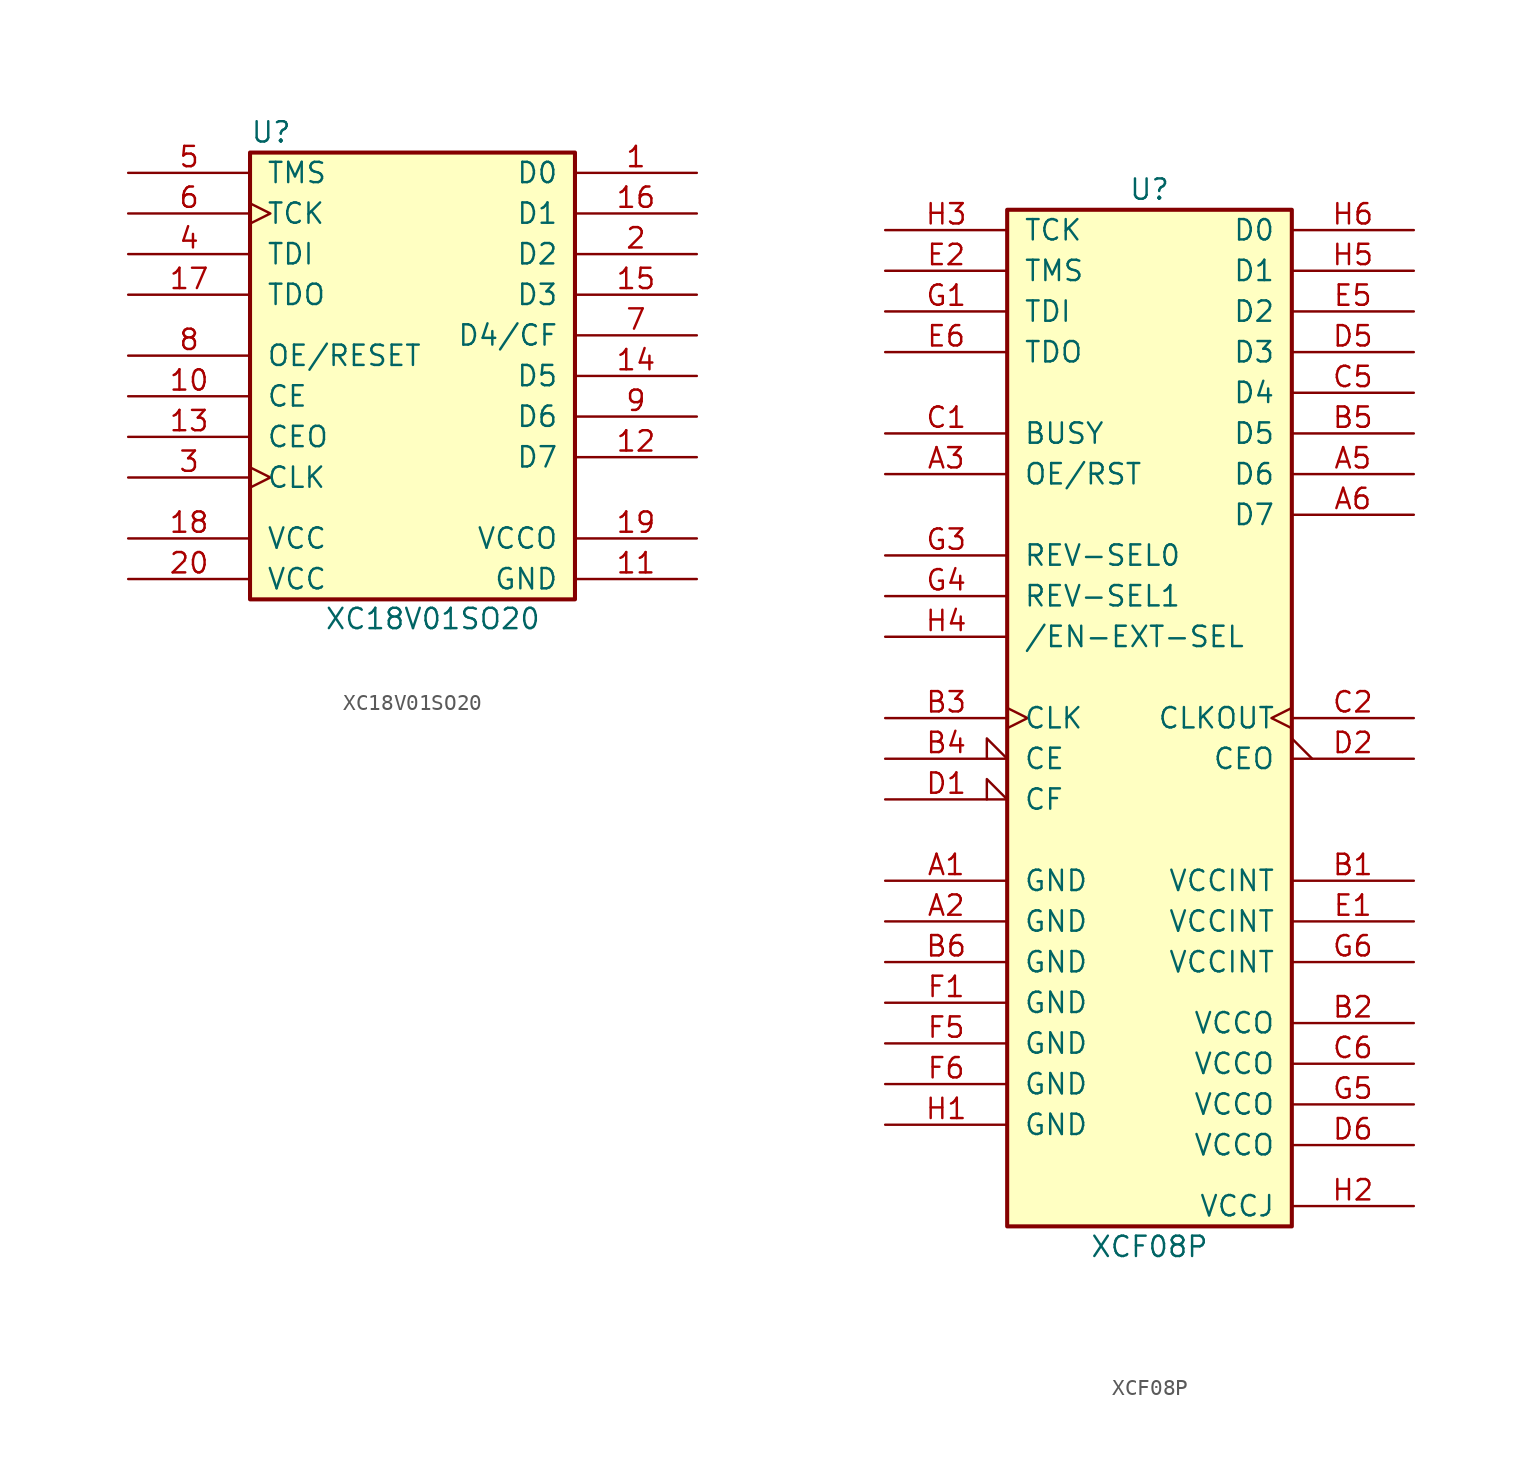
<source format=kicad_sym>
(kicad_symbol_lib
  (version 20201005)
  (generator kicad_symbol_editor)
  (symbol "XC18V01SO20"
    (pin_names
      (offset 1.016))
    (property "Reference" "U"
      (at -8.839 15.24 0)
      (effects (font (size 1.27 1.27))))
    (property "Value" "XC18V01SO20"
      (at 1.27 -15.189 0)
      (effects (font (size 1.27 1.27))))
    (symbol "XC18V01SO20_0_1"
      (rectangle (start -10.16 12.7) (end -10.16 12.7) (stroke (width 0)) (fill (type none)))
      (rectangle (start -10.16 13.97) (end 10.16 -13.97) (stroke (width 0.254)) (fill (type background))))
    (symbol "XC18V01SO20_1_1"
      (pin output line (at 17.78 12.7 180) (length 7.62) (name "D0" (effects (font (size 1.27 1.27)))) (number "1" (effects (font (size 1.27 1.27)))))
      (pin input line (at -17.78 -1.27 0) (length 7.62) (name "CE" (effects (font (size 1.27 1.27)))) (number "10" (effects (font (size 1.27 1.27)))))
      (pin power_in line (at 17.78 -12.7 180) (length 7.62) (name "GND" (effects (font (size 1.27 1.27)))) (number "11" (effects (font (size 1.27 1.27)))))
      (pin output line (at 17.78 -5.08 180) (length 7.62) (name "D7" (effects (font (size 1.27 1.27)))) (number "12" (effects (font (size 1.27 1.27)))))
      (pin output line (at -17.78 -3.81 0) (length 7.62) (name "CEO" (effects (font (size 1.27 1.27)))) (number "13" (effects (font (size 1.27 1.27)))))
      (pin output line (at 17.78 0 180) (length 7.62) (name "D5" (effects (font (size 1.27 1.27)))) (number "14" (effects (font (size 1.27 1.27)))))
      (pin output line (at 17.78 5.08 180) (length 7.62) (name "D3" (effects (font (size 1.27 1.27)))) (number "15" (effects (font (size 1.27 1.27)))))
      (pin output line (at 17.78 10.16 180) (length 7.62) (name "D1" (effects (font (size 1.27 1.27)))) (number "16" (effects (font (size 1.27 1.27)))))
      (pin open_collector line (at -17.78 5.08 0) (length 7.62) (name "TDO" (effects (font (size 1.27 1.27)))) (number "17" (effects (font (size 1.27 1.27)))))
      (pin power_in line (at -17.78 -10.16 0) (length 7.62) (name "VCC" (effects (font (size 1.27 1.27)))) (number "18" (effects (font (size 1.27 1.27)))))
      (pin power_in line (at 17.78 -10.16 180) (length 7.62) (name "VCCO" (effects (font (size 1.27 1.27)))) (number "19" (effects (font (size 1.27 1.27)))))
      (pin output line (at 17.78 7.62 180) (length 7.62) (name "D2" (effects (font (size 1.27 1.27)))) (number "2" (effects (font (size 1.27 1.27)))))
      (pin power_in line (at -17.78 -12.7 0) (length 7.62) (name "VCC" (effects (font (size 1.27 1.27)))) (number "20" (effects (font (size 1.27 1.27)))))
      (pin input clock (at -17.78 -6.35 0) (length 7.62) (name "CLK" (effects (font (size 1.27 1.27)))) (number "3" (effects (font (size 1.27 1.27)))))
      (pin input line (at -17.78 7.62 0) (length 7.62) (name "TDI" (effects (font (size 1.27 1.27)))) (number "4" (effects (font (size 1.27 1.27)))))
      (pin input line (at -17.78 12.7 0) (length 7.62) (name "TMS" (effects (font (size 1.27 1.27)))) (number "5" (effects (font (size 1.27 1.27)))))
      (pin input clock (at -17.78 10.16 0) (length 7.62) (name "TCK" (effects (font (size 1.27 1.27)))) (number "6" (effects (font (size 1.27 1.27)))))
      (pin open_collector line (at 17.78 2.54 180) (length 7.62) (name "D4/CF" (effects (font (size 1.27 1.27)))) (number "7" (effects (font (size 1.27 1.27)))))
      (pin input line (at -17.78 1.27 0) (length 7.62) (name "OE/RESET" (effects (font (size 1.27 1.27)))) (number "8" (effects (font (size 1.27 1.27)))))
      (pin output line (at 17.78 -2.54 180) (length 7.62) (name "D6" (effects (font (size 1.27 1.27)))) (number "9" (effects (font (size 1.27 1.27)))))))
  (symbol "XCF08P"
    (pin_names
      (offset 1.016))
    (property "Reference" "U"
      (at 0 33.02 0)
      (effects (font (size 1.27 1.27))))
    (property "Value" "XCF08P"
      (at 0 -33.02 0)
      (effects (font (size 1.27 1.27))))
    (symbol "XCF08P_0_1"
      (rectangle (start -8.89 31.75) (end 8.89 -31.75) (stroke (width 0.254)) (fill (type background))))
    (symbol "XCF08P_1_1"
      (pin power_in line (at -16.51 -10.16 0) (length 7.62) (name "GND" (effects (font (size 1.27 1.27)))) (number "A1" (effects (font (size 1.27 1.27)))))
      (pin power_in line (at -16.51 -12.7 0) (length 7.62) (name "GND" (effects (font (size 1.27 1.27)))) (number "A2" (effects (font (size 1.27 1.27)))))
      (pin input line (at -16.51 15.24 0) (length 7.62) (name "OE/RST" (effects (font (size 1.27 1.27)))) (number "A3" (effects (font (size 1.27 1.27)))))
      (pin tri_state line (at 16.51 15.24 180) (length 7.62) (name "D6" (effects (font (size 1.27 1.27)))) (number "A5" (effects (font (size 1.27 1.27)))))
      (pin tri_state line (at 16.51 12.7 180) (length 7.62) (name "D7" (effects (font (size 1.27 1.27)))) (number "A6" (effects (font (size 1.27 1.27)))))
      (pin power_in line (at 16.51 -10.16 180) (length 7.62) (name "VCCINT" (effects (font (size 1.27 1.27)))) (number "B1" (effects (font (size 1.27 1.27)))))
      (pin power_in line (at 16.51 -19.05 180) (length 7.62) (name "VCCO" (effects (font (size 1.27 1.27)))) (number "B2" (effects (font (size 1.27 1.27)))))
      (pin input clock (at -16.51 0 0) (length 7.62) (name "CLK" (effects (font (size 1.27 1.27)))) (number "B3" (effects (font (size 1.27 1.27)))))
      (pin input input_low (at -16.51 -2.54 0) (length 7.62) (name "CE" (effects (font (size 1.27 1.27)))) (number "B4" (effects (font (size 1.27 1.27)))))
      (pin tri_state line (at 16.51 17.78 180) (length 7.62) (name "D5" (effects (font (size 1.27 1.27)))) (number "B5" (effects (font (size 1.27 1.27)))))
      (pin power_in line (at -16.51 -15.24 0) (length 7.62) (name "GND" (effects (font (size 1.27 1.27)))) (number "B6" (effects (font (size 1.27 1.27)))))
      (pin input line (at -16.51 17.78 0) (length 7.62) (name "BUSY" (effects (font (size 1.27 1.27)))) (number "C1" (effects (font (size 1.27 1.27)))))
      (pin output clock (at 16.51 0 180) (length 7.62) (name "CLKOUT" (effects (font (size 1.27 1.27)))) (number "C2" (effects (font (size 1.27 1.27)))))
      (pin tri_state line (at 16.51 20.32 180) (length 7.62) (name "D4" (effects (font (size 1.27 1.27)))) (number "C5" (effects (font (size 1.27 1.27)))))
      (pin power_in line (at 16.51 -21.59 180) (length 7.62) (name "VCCO" (effects (font (size 1.27 1.27)))) (number "C6" (effects (font (size 1.27 1.27)))))
      (pin bidirectional input_low (at -16.51 -5.08 0) (length 7.62) (name "CF" (effects (font (size 1.27 1.27)))) (number "D1" (effects (font (size 1.27 1.27)))))
      (pin output output_low (at 16.51 -2.54 180) (length 7.62) (name "CEO" (effects (font (size 1.27 1.27)))) (number "D2" (effects (font (size 1.27 1.27)))))
      (pin tri_state line (at 16.51 22.86 180) (length 7.62) (name "D3" (effects (font (size 1.27 1.27)))) (number "D5" (effects (font (size 1.27 1.27)))))
      (pin power_in line (at 16.51 -26.67 180) (length 7.62) (name "VCCO" (effects (font (size 1.27 1.27)))) (number "D6" (effects (font (size 1.27 1.27)))))
      (pin power_in line (at 16.51 -12.7 180) (length 7.62) (name "VCCINT" (effects (font (size 1.27 1.27)))) (number "E1" (effects (font (size 1.27 1.27)))))
      (pin input line (at -16.51 27.94 0) (length 7.62) (name "TMS" (effects (font (size 1.27 1.27)))) (number "E2" (effects (font (size 1.27 1.27)))))
      (pin tri_state line (at 16.51 25.4 180) (length 7.62) (name "D2" (effects (font (size 1.27 1.27)))) (number "E5" (effects (font (size 1.27 1.27)))))
      (pin output line (at -16.51 22.86 0) (length 7.62) (name "TDO" (effects (font (size 1.27 1.27)))) (number "E6" (effects (font (size 1.27 1.27)))))
      (pin power_in line (at -16.51 -17.78 0) (length 7.62) (name "GND" (effects (font (size 1.27 1.27)))) (number "F1" (effects (font (size 1.27 1.27)))))
      (pin power_in line (at -16.51 -20.32 0) (length 7.62) (name "GND" (effects (font (size 1.27 1.27)))) (number "F5" (effects (font (size 1.27 1.27)))))
      (pin power_in line (at -16.51 -22.86 0) (length 7.62) (name "GND" (effects (font (size 1.27 1.27)))) (number "F6" (effects (font (size 1.27 1.27)))))
      (pin input line (at -16.51 25.4 0) (length 7.62) (name "TDI" (effects (font (size 1.27 1.27)))) (number "G1" (effects (font (size 1.27 1.27)))))
      (pin input line (at -16.51 10.16 0) (length 7.62) (name "REV-SEL0" (effects (font (size 1.27 1.27)))) (number "G3" (effects (font (size 1.27 1.27)))))
      (pin input line (at -16.51 7.62 0) (length 7.62) (name "REV-SEL1" (effects (font (size 1.27 1.27)))) (number "G4" (effects (font (size 1.27 1.27)))))
      (pin power_in line (at 16.51 -24.13 180) (length 7.62) (name "VCCO" (effects (font (size 1.27 1.27)))) (number "G5" (effects (font (size 1.27 1.27)))))
      (pin power_in line (at 16.51 -15.24 180) (length 7.62) (name "VCCINT" (effects (font (size 1.27 1.27)))) (number "G6" (effects (font (size 1.27 1.27)))))
      (pin power_in line (at -16.51 -25.4 0) (length 7.62) (name "GND" (effects (font (size 1.27 1.27)))) (number "H1" (effects (font (size 1.27 1.27)))))
      (pin power_in line (at 16.51 -30.48 180) (length 7.62) (name "VCCJ" (effects (font (size 1.27 1.27)))) (number "H2" (effects (font (size 1.27 1.27)))))
      (pin input line (at -16.51 30.48 0) (length 7.62) (name "TCK" (effects (font (size 1.27 1.27)))) (number "H3" (effects (font (size 1.27 1.27)))))
      (pin input line (at -16.51 5.08 0) (length 7.62) (name "/EN-EXT-SEL" (effects (font (size 1.27 1.27)))) (number "H4" (effects (font (size 1.27 1.27)))))
      (pin tri_state line (at 16.51 27.94 180) (length 7.62) (name "D1" (effects (font (size 1.27 1.27)))) (number "H5" (effects (font (size 1.27 1.27)))))
      (pin tri_state line (at 16.51 30.48 180) (length 7.62) (name "D0" (effects (font (size 1.27 1.27)))) (number "H6" (effects (font (size 1.27 1.27))))))))
</source>
